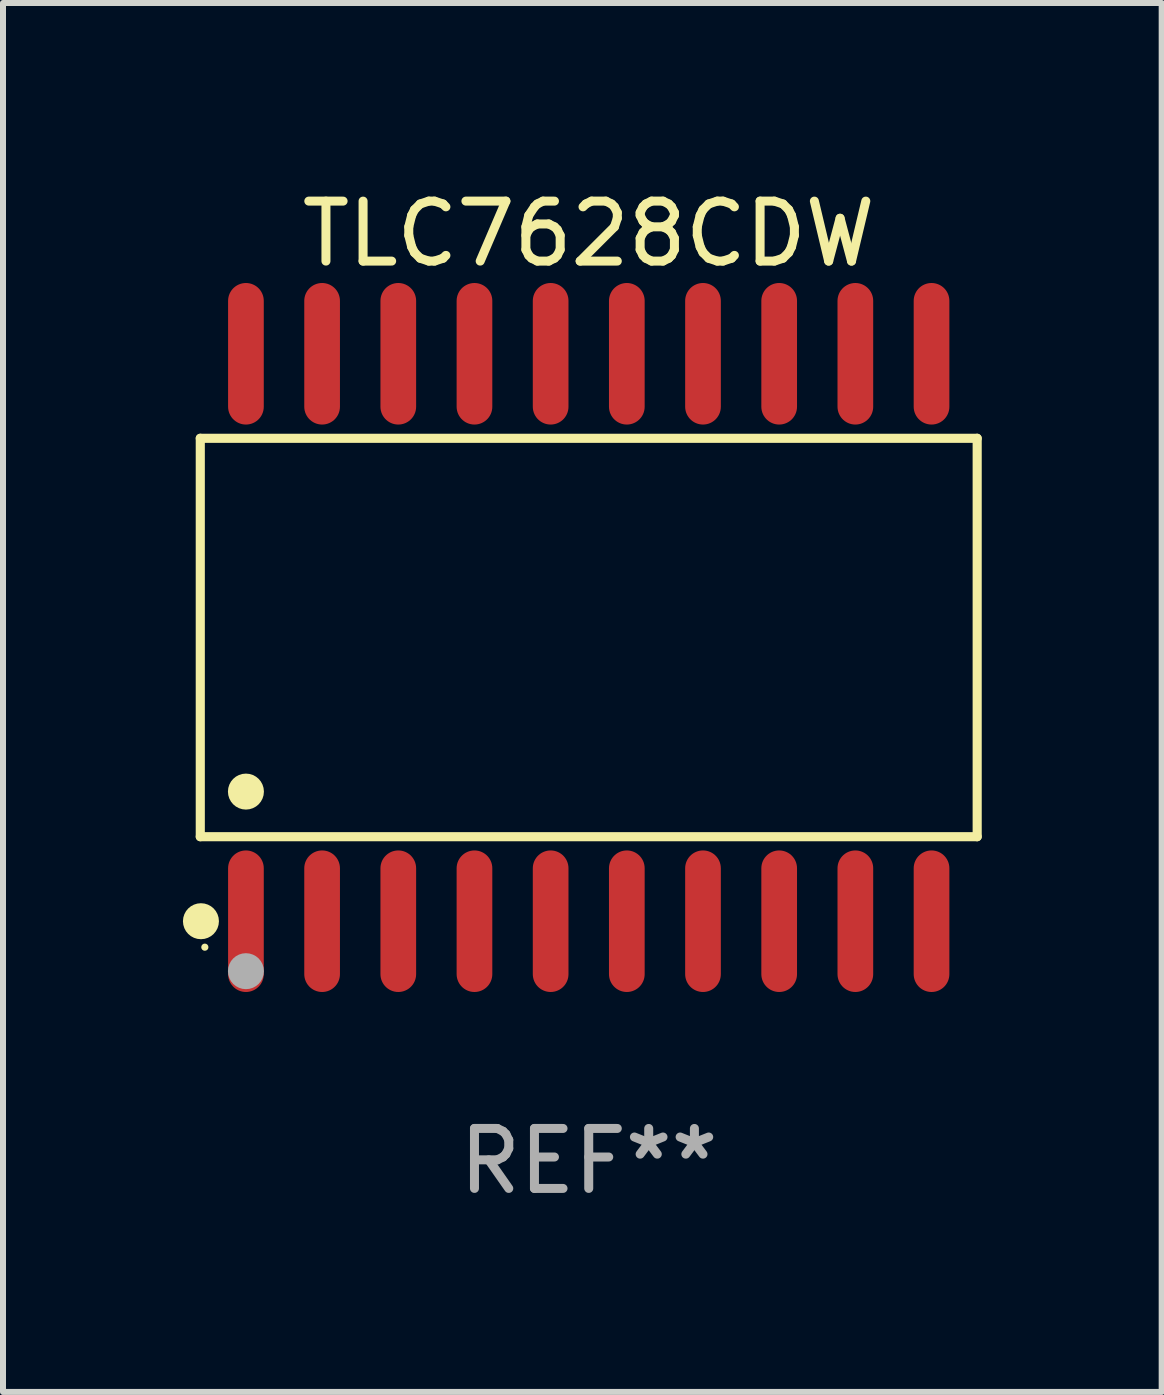
<source format=kicad_pcb>
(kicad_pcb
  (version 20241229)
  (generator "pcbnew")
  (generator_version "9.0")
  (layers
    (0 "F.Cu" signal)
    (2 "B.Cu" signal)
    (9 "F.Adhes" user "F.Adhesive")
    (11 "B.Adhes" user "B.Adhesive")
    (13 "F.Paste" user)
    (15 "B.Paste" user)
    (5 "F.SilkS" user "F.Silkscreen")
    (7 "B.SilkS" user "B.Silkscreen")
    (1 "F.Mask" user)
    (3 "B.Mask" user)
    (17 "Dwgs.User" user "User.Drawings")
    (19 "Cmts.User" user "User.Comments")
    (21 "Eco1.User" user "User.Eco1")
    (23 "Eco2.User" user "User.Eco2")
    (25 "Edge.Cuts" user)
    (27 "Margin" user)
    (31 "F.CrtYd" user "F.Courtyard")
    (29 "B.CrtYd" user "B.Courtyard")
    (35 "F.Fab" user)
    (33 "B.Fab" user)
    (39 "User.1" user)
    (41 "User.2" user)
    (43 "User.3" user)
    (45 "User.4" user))
  (footprint "TLC7628CDW"
    (layer "F.Cu")
    (at 6.765 7.578)
    (property "Reference" "TLC7628CDW" (at 0 -6.73 0) (layer "F.SilkS") (effects (font (size 1 1) (thickness 0.15))))
    (attr through_hole)
    (fp_line (start -6.476 -3.321) (end 6.476 -3.321) (stroke (width 0.152) (type solid)) (layer "F.SilkS"))
    (fp_line (start -6.476 3.321) (end -6.476 -3.321) (stroke (width 0.152) (type solid)) (layer "F.SilkS"))
    (fp_line (start 6.476 -3.321) (end 6.476 3.321) (stroke (width 0.152) (type solid)) (layer "F.SilkS"))
    (fp_line (start 6.476 3.321) (end -6.476 3.321) (stroke (width 0.152) (type solid)) (layer "F.SilkS"))
    (fp_circle (center -6.465 4.73) (end -6.315 4.73) (stroke (width 0.3) (type solid)) (fill no) (layer "F.SilkS"))
    (fp_circle (center -6.4 5.163) (end -6.37 5.163) (stroke (width 0.06) (type solid)) (fill no) (layer "F.SilkS"))
    (fp_circle (center -5.715 2.569) (end -5.565 2.569) (stroke (width 0.3) (type solid)) (fill no) (layer "F.SilkS"))
    (fp_circle (center -5.715 5.563) (end -5.565 5.563) (stroke (width 0.3) (type solid)) (fill no) (layer "F.Fab"))
    (fp_text user "REF**" (at 0 8.73 0) (layer "F.Fab") (effects (font (size 1 1) (thickness 0.15))))
    (pad "1" smd oval (at -5.715 4.73) (size 0.595 2.36) (layers "F.Cu" "F.Mask" "F.Paste"))
    (pad "2" smd oval (at -4.445 4.73) (size 0.595 2.36) (layers "F.Cu" "F.Mask" "F.Paste"))
    (pad "3" smd oval (at -3.175 4.73) (size 0.595 2.36) (layers "F.Cu" "F.Mask" "F.Paste"))
    (pad "4" smd oval (at -1.905 4.73) (size 0.595 2.36) (layers "F.Cu" "F.Mask" "F.Paste"))
    (pad "5" smd oval (at -0.635 4.73) (size 0.595 2.36) (layers "F.Cu" "F.Mask" "F.Paste"))
    (pad "6" smd oval (at 0.635 4.73) (size 0.595 2.36) (layers "F.Cu" "F.Mask" "F.Paste"))
    (pad "7" smd oval (at 1.905 4.73) (size 0.595 2.36) (layers "F.Cu" "F.Mask" "F.Paste"))
    (pad "8" smd oval (at 3.175 4.73) (size 0.595 2.36) (layers "F.Cu" "F.Mask" "F.Paste"))
    (pad "9" smd oval (at 4.445 4.73) (size 0.595 2.36) (layers "F.Cu" "F.Mask" "F.Paste"))
    (pad "10" smd oval (at 5.715 4.73) (size 0.595 2.36) (layers "F.Cu" "F.Mask" "F.Paste"))
    (pad "11" smd oval (at 5.715 -4.73) (size 0.595 2.36) (layers "F.Cu" "F.Mask" "F.Paste"))
    (pad "12" smd oval (at 4.445 -4.73) (size 0.595 2.36) (layers "F.Cu" "F.Mask" "F.Paste"))
    (pad "13" smd oval (at 3.175 -4.73) (size 0.595 2.36) (layers "F.Cu" "F.Mask" "F.Paste"))
    (pad "14" smd oval (at 1.905 -4.73) (size 0.595 2.36) (layers "F.Cu" "F.Mask" "F.Paste"))
    (pad "15" smd oval (at 0.635 -4.73) (size 0.595 2.36) (layers "F.Cu" "F.Mask" "F.Paste"))
    (pad "16" smd oval (at -0.635 -4.73) (size 0.595 2.36) (layers "F.Cu" "F.Mask" "F.Paste"))
    (pad "17" smd oval (at -1.905 -4.73) (size 0.595 2.36) (layers "F.Cu" "F.Mask" "F.Paste"))
    (pad "18" smd oval (at -3.175 -4.73) (size 0.595 2.36) (layers "F.Cu" "F.Mask" "F.Paste"))
    (pad "19" smd oval (at -4.445 -4.73) (size 0.595 2.36) (layers "F.Cu" "F.Mask" "F.Paste"))
    (pad "20" smd oval (at -5.715 -4.73) (size 0.595 2.36) (layers "F.Cu" "F.Mask" "F.Paste")))
  (gr_rect
    (start -3 -3)
    (end 16.317 20.156)
    (stroke (width 0.1) (type default))
    (fill no)
    (layer "Edge.Cuts")))
</source>
